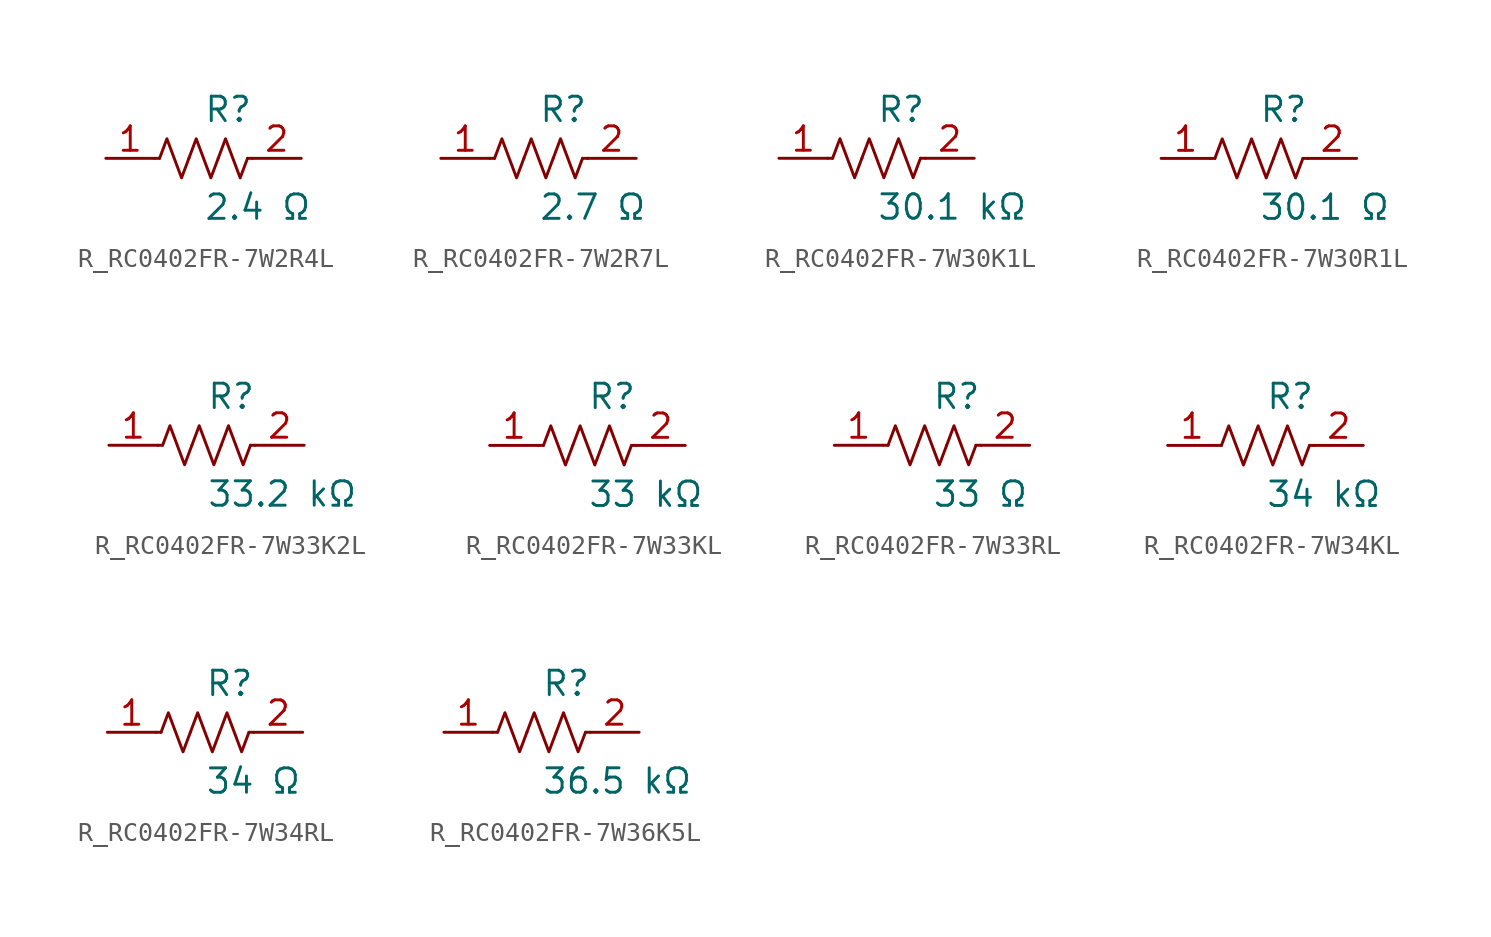
<source format=kicad_sym>
(kicad_symbol_lib
  (version 20231120)
  (generator kicad_symbol_editor)
  (generator_version 8.0)
  (symbol "R_RC0402FR-7W2R4L"
    (pin_names
      (offset 0.254))
    (property "Reference" "R"
      (at 0 2.54 0)
      (effects (font (size 1.27 1.27)) (justify left)))
    (property "Value" "2.4 Ω"
      (at 0 -2.54 0)
      (effects (font (size 1.27 1.27)) (justify left)))
    (symbol "R_RC0402FR-7W2R4L_0_1"
      (polyline (pts (xy 2.286 0) (xy 2.54 0)) (stroke (width 0) (type default)) (fill (type none)))
      (polyline (pts (xy -2.286 0) (xy -2.54 0)) (stroke (width 0) (type default)) (fill (type none)))
      (polyline (pts (xy 0.762 0) (xy 1.143 1.016) (xy 1.524 0) (xy 1.905 -1.016) (xy 2.286 0)) (stroke (width 0) (type default)) (fill (type none)))
      (polyline (pts (xy -0.762 0) (xy -0.381 1.016) (xy 0 0) (xy 0.381 -1.016) (xy 0.762 0)) (stroke (width 0) (type default)) (fill (type none)))
      (polyline (pts (xy -2.286 0) (xy -1.905 1.016) (xy -1.524 0) (xy -1.143 -1.016) (xy -0.762 0)) (stroke (width 0) (type default)) (fill (type none))))
    (pin passive line
      (at -5.08 0 0)
      (length 2.54)
      (name "" (effects (font (size 1.27 1.27))))
      (number "1" (effects (font (size 1.27 1.27)))))
    (pin passive line
      (at 5.08 0 180)
      (length 2.54)
      (name "" (effects (font (size 1.27 1.27))))
      (number "2" (effects (font (size 1.27 1.27))))))
  (symbol "R_RC0402FR-7W2R7L"
    (pin_names
      (offset 0.254))
    (property "Reference" "R"
      (at 0 2.54 0)
      (effects (font (size 1.27 1.27)) (justify left)))
    (property "Value" "2.7 Ω"
      (at 0 -2.54 0)
      (effects (font (size 1.27 1.27)) (justify left)))
    (symbol "R_RC0402FR-7W2R7L_0_1"
      (polyline (pts (xy 2.286 0) (xy 2.54 0)) (stroke (width 0) (type default)) (fill (type none)))
      (polyline (pts (xy -2.286 0) (xy -2.54 0)) (stroke (width 0) (type default)) (fill (type none)))
      (polyline (pts (xy 0.762 0) (xy 1.143 1.016) (xy 1.524 0) (xy 1.905 -1.016) (xy 2.286 0)) (stroke (width 0) (type default)) (fill (type none)))
      (polyline (pts (xy -0.762 0) (xy -0.381 1.016) (xy 0 0) (xy 0.381 -1.016) (xy 0.762 0)) (stroke (width 0) (type default)) (fill (type none)))
      (polyline (pts (xy -2.286 0) (xy -1.905 1.016) (xy -1.524 0) (xy -1.143 -1.016) (xy -0.762 0)) (stroke (width 0) (type default)) (fill (type none))))
    (pin passive line
      (at -5.08 0 0)
      (length 2.54)
      (name "" (effects (font (size 1.27 1.27))))
      (number "1" (effects (font (size 1.27 1.27)))))
    (pin passive line
      (at 5.08 0 180)
      (length 2.54)
      (name "" (effects (font (size 1.27 1.27))))
      (number "2" (effects (font (size 1.27 1.27))))))
  (symbol "R_RC0402FR-7W30K1L"
    (pin_names
      (offset 0.254))
    (property "Reference" "R"
      (at 0 2.54 0)
      (effects (font (size 1.27 1.27)) (justify left)))
    (property "Value" "30.1 kΩ"
      (at 0 -2.54 0)
      (effects (font (size 1.27 1.27)) (justify left)))
    (symbol "R_RC0402FR-7W30K1L_0_1"
      (polyline (pts (xy 2.286 0) (xy 2.54 0)) (stroke (width 0) (type default)) (fill (type none)))
      (polyline (pts (xy -2.286 0) (xy -2.54 0)) (stroke (width 0) (type default)) (fill (type none)))
      (polyline (pts (xy 0.762 0) (xy 1.143 1.016) (xy 1.524 0) (xy 1.905 -1.016) (xy 2.286 0)) (stroke (width 0) (type default)) (fill (type none)))
      (polyline (pts (xy -0.762 0) (xy -0.381 1.016) (xy 0 0) (xy 0.381 -1.016) (xy 0.762 0)) (stroke (width 0) (type default)) (fill (type none)))
      (polyline (pts (xy -2.286 0) (xy -1.905 1.016) (xy -1.524 0) (xy -1.143 -1.016) (xy -0.762 0)) (stroke (width 0) (type default)) (fill (type none))))
    (pin passive line
      (at -5.08 0 0)
      (length 2.54)
      (name "" (effects (font (size 1.27 1.27))))
      (number "1" (effects (font (size 1.27 1.27)))))
    (pin passive line
      (at 5.08 0 180)
      (length 2.54)
      (name "" (effects (font (size 1.27 1.27))))
      (number "2" (effects (font (size 1.27 1.27))))))
  (symbol "R_RC0402FR-7W30R1L"
    (pin_names
      (offset 0.254))
    (property "Reference" "R"
      (at 0 2.54 0)
      (effects (font (size 1.27 1.27)) (justify left)))
    (property "Value" "30.1 Ω"
      (at 0 -2.54 0)
      (effects (font (size 1.27 1.27)) (justify left)))
    (symbol "R_RC0402FR-7W30R1L_0_1"
      (polyline (pts (xy 2.286 0) (xy 2.54 0)) (stroke (width 0) (type default)) (fill (type none)))
      (polyline (pts (xy -2.286 0) (xy -2.54 0)) (stroke (width 0) (type default)) (fill (type none)))
      (polyline (pts (xy 0.762 0) (xy 1.143 1.016) (xy 1.524 0) (xy 1.905 -1.016) (xy 2.286 0)) (stroke (width 0) (type default)) (fill (type none)))
      (polyline (pts (xy -0.762 0) (xy -0.381 1.016) (xy 0 0) (xy 0.381 -1.016) (xy 0.762 0)) (stroke (width 0) (type default)) (fill (type none)))
      (polyline (pts (xy -2.286 0) (xy -1.905 1.016) (xy -1.524 0) (xy -1.143 -1.016) (xy -0.762 0)) (stroke (width 0) (type default)) (fill (type none))))
    (pin passive line
      (at -5.08 0 0)
      (length 2.54)
      (name "" (effects (font (size 1.27 1.27))))
      (number "1" (effects (font (size 1.27 1.27)))))
    (pin passive line
      (at 5.08 0 180)
      (length 2.54)
      (name "" (effects (font (size 1.27 1.27))))
      (number "2" (effects (font (size 1.27 1.27))))))
  (symbol "R_RC0402FR-7W33K2L"
    (pin_names
      (offset 0.254))
    (property "Reference" "R"
      (at 0 2.54 0)
      (effects (font (size 1.27 1.27)) (justify left)))
    (property "Value" "33.2 kΩ"
      (at 0 -2.54 0)
      (effects (font (size 1.27 1.27)) (justify left)))
    (symbol "R_RC0402FR-7W33K2L_0_1"
      (polyline (pts (xy 2.286 0) (xy 2.54 0)) (stroke (width 0) (type default)) (fill (type none)))
      (polyline (pts (xy -2.286 0) (xy -2.54 0)) (stroke (width 0) (type default)) (fill (type none)))
      (polyline (pts (xy 0.762 0) (xy 1.143 1.016) (xy 1.524 0) (xy 1.905 -1.016) (xy 2.286 0)) (stroke (width 0) (type default)) (fill (type none)))
      (polyline (pts (xy -0.762 0) (xy -0.381 1.016) (xy 0 0) (xy 0.381 -1.016) (xy 0.762 0)) (stroke (width 0) (type default)) (fill (type none)))
      (polyline (pts (xy -2.286 0) (xy -1.905 1.016) (xy -1.524 0) (xy -1.143 -1.016) (xy -0.762 0)) (stroke (width 0) (type default)) (fill (type none))))
    (pin passive line
      (at -5.08 0 0)
      (length 2.54)
      (name "" (effects (font (size 1.27 1.27))))
      (number "1" (effects (font (size 1.27 1.27)))))
    (pin passive line
      (at 5.08 0 180)
      (length 2.54)
      (name "" (effects (font (size 1.27 1.27))))
      (number "2" (effects (font (size 1.27 1.27))))))
  (symbol "R_RC0402FR-7W33KL"
    (pin_names
      (offset 0.254))
    (property "Reference" "R"
      (at 0 2.54 0)
      (effects (font (size 1.27 1.27)) (justify left)))
    (property "Value" "33 kΩ"
      (at 0 -2.54 0)
      (effects (font (size 1.27 1.27)) (justify left)))
    (symbol "R_RC0402FR-7W33KL_0_1"
      (polyline (pts (xy 2.286 0) (xy 2.54 0)) (stroke (width 0) (type default)) (fill (type none)))
      (polyline (pts (xy -2.286 0) (xy -2.54 0)) (stroke (width 0) (type default)) (fill (type none)))
      (polyline (pts (xy 0.762 0) (xy 1.143 1.016) (xy 1.524 0) (xy 1.905 -1.016) (xy 2.286 0)) (stroke (width 0) (type default)) (fill (type none)))
      (polyline (pts (xy -0.762 0) (xy -0.381 1.016) (xy 0 0) (xy 0.381 -1.016) (xy 0.762 0)) (stroke (width 0) (type default)) (fill (type none)))
      (polyline (pts (xy -2.286 0) (xy -1.905 1.016) (xy -1.524 0) (xy -1.143 -1.016) (xy -0.762 0)) (stroke (width 0) (type default)) (fill (type none))))
    (pin passive line
      (at -5.08 0 0)
      (length 2.54)
      (name "" (effects (font (size 1.27 1.27))))
      (number "1" (effects (font (size 1.27 1.27)))))
    (pin passive line
      (at 5.08 0 180)
      (length 2.54)
      (name "" (effects (font (size 1.27 1.27))))
      (number "2" (effects (font (size 1.27 1.27))))))
  (symbol "R_RC0402FR-7W33RL"
    (pin_names
      (offset 0.254))
    (property "Reference" "R"
      (at 0 2.54 0)
      (effects (font (size 1.27 1.27)) (justify left)))
    (property "Value" "33 Ω"
      (at 0 -2.54 0)
      (effects (font (size 1.27 1.27)) (justify left)))
    (symbol "R_RC0402FR-7W33RL_0_1"
      (polyline (pts (xy 2.286 0) (xy 2.54 0)) (stroke (width 0) (type default)) (fill (type none)))
      (polyline (pts (xy -2.286 0) (xy -2.54 0)) (stroke (width 0) (type default)) (fill (type none)))
      (polyline (pts (xy 0.762 0) (xy 1.143 1.016) (xy 1.524 0) (xy 1.905 -1.016) (xy 2.286 0)) (stroke (width 0) (type default)) (fill (type none)))
      (polyline (pts (xy -0.762 0) (xy -0.381 1.016) (xy 0 0) (xy 0.381 -1.016) (xy 0.762 0)) (stroke (width 0) (type default)) (fill (type none)))
      (polyline (pts (xy -2.286 0) (xy -1.905 1.016) (xy -1.524 0) (xy -1.143 -1.016) (xy -0.762 0)) (stroke (width 0) (type default)) (fill (type none))))
    (pin passive line
      (at -5.08 0 0)
      (length 2.54)
      (name "" (effects (font (size 1.27 1.27))))
      (number "1" (effects (font (size 1.27 1.27)))))
    (pin passive line
      (at 5.08 0 180)
      (length 2.54)
      (name "" (effects (font (size 1.27 1.27))))
      (number "2" (effects (font (size 1.27 1.27))))))
  (symbol "R_RC0402FR-7W34KL"
    (pin_names
      (offset 0.254))
    (property "Reference" "R"
      (at 0 2.54 0)
      (effects (font (size 1.27 1.27)) (justify left)))
    (property "Value" "34 kΩ"
      (at 0 -2.54 0)
      (effects (font (size 1.27 1.27)) (justify left)))
    (symbol "R_RC0402FR-7W34KL_0_1"
      (polyline (pts (xy 2.286 0) (xy 2.54 0)) (stroke (width 0) (type default)) (fill (type none)))
      (polyline (pts (xy -2.286 0) (xy -2.54 0)) (stroke (width 0) (type default)) (fill (type none)))
      (polyline (pts (xy 0.762 0) (xy 1.143 1.016) (xy 1.524 0) (xy 1.905 -1.016) (xy 2.286 0)) (stroke (width 0) (type default)) (fill (type none)))
      (polyline (pts (xy -0.762 0) (xy -0.381 1.016) (xy 0 0) (xy 0.381 -1.016) (xy 0.762 0)) (stroke (width 0) (type default)) (fill (type none)))
      (polyline (pts (xy -2.286 0) (xy -1.905 1.016) (xy -1.524 0) (xy -1.143 -1.016) (xy -0.762 0)) (stroke (width 0) (type default)) (fill (type none))))
    (pin passive line
      (at -5.08 0 0)
      (length 2.54)
      (name "" (effects (font (size 1.27 1.27))))
      (number "1" (effects (font (size 1.27 1.27)))))
    (pin passive line
      (at 5.08 0 180)
      (length 2.54)
      (name "" (effects (font (size 1.27 1.27))))
      (number "2" (effects (font (size 1.27 1.27))))))
  (symbol "R_RC0402FR-7W34RL"
    (pin_names
      (offset 0.254))
    (property "Reference" "R"
      (at 0 2.54 0)
      (effects (font (size 1.27 1.27)) (justify left)))
    (property "Value" "34 Ω"
      (at 0 -2.54 0)
      (effects (font (size 1.27 1.27)) (justify left)))
    (symbol "R_RC0402FR-7W34RL_0_1"
      (polyline (pts (xy 2.286 0) (xy 2.54 0)) (stroke (width 0) (type default)) (fill (type none)))
      (polyline (pts (xy -2.286 0) (xy -2.54 0)) (stroke (width 0) (type default)) (fill (type none)))
      (polyline (pts (xy 0.762 0) (xy 1.143 1.016) (xy 1.524 0) (xy 1.905 -1.016) (xy 2.286 0)) (stroke (width 0) (type default)) (fill (type none)))
      (polyline (pts (xy -0.762 0) (xy -0.381 1.016) (xy 0 0) (xy 0.381 -1.016) (xy 0.762 0)) (stroke (width 0) (type default)) (fill (type none)))
      (polyline (pts (xy -2.286 0) (xy -1.905 1.016) (xy -1.524 0) (xy -1.143 -1.016) (xy -0.762 0)) (stroke (width 0) (type default)) (fill (type none))))
    (pin passive line
      (at -5.08 0 0)
      (length 2.54)
      (name "" (effects (font (size 1.27 1.27))))
      (number "1" (effects (font (size 1.27 1.27)))))
    (pin passive line
      (at 5.08 0 180)
      (length 2.54)
      (name "" (effects (font (size 1.27 1.27))))
      (number "2" (effects (font (size 1.27 1.27))))))
  (symbol "R_RC0402FR-7W36K5L"
    (pin_names
      (offset 0.254))
    (property "Reference" "R"
      (at 0 2.54 0)
      (effects (font (size 1.27 1.27)) (justify left)))
    (property "Value" "36.5 kΩ"
      (at 0 -2.54 0)
      (effects (font (size 1.27 1.27)) (justify left)))
    (symbol "R_RC0402FR-7W36K5L_0_1"
      (polyline (pts (xy 2.286 0) (xy 2.54 0)) (stroke (width 0) (type default)) (fill (type none)))
      (polyline (pts (xy -2.286 0) (xy -2.54 0)) (stroke (width 0) (type default)) (fill (type none)))
      (polyline (pts (xy 0.762 0) (xy 1.143 1.016) (xy 1.524 0) (xy 1.905 -1.016) (xy 2.286 0)) (stroke (width 0) (type default)) (fill (type none)))
      (polyline (pts (xy -0.762 0) (xy -0.381 1.016) (xy 0 0) (xy 0.381 -1.016) (xy 0.762 0)) (stroke (width 0) (type default)) (fill (type none)))
      (polyline (pts (xy -2.286 0) (xy -1.905 1.016) (xy -1.524 0) (xy -1.143 -1.016) (xy -0.762 0)) (stroke (width 0) (type default)) (fill (type none))))
    (pin passive line
      (at -5.08 0 0)
      (length 2.54)
      (name "" (effects (font (size 1.27 1.27))))
      (number "1" (effects (font (size 1.27 1.27)))))
    (pin passive line
      (at 5.08 0 180)
      (length 2.54)
      (name "" (effects (font (size 1.27 1.27))))
      (number "2" (effects (font (size 1.27 1.27)))))))
</source>
